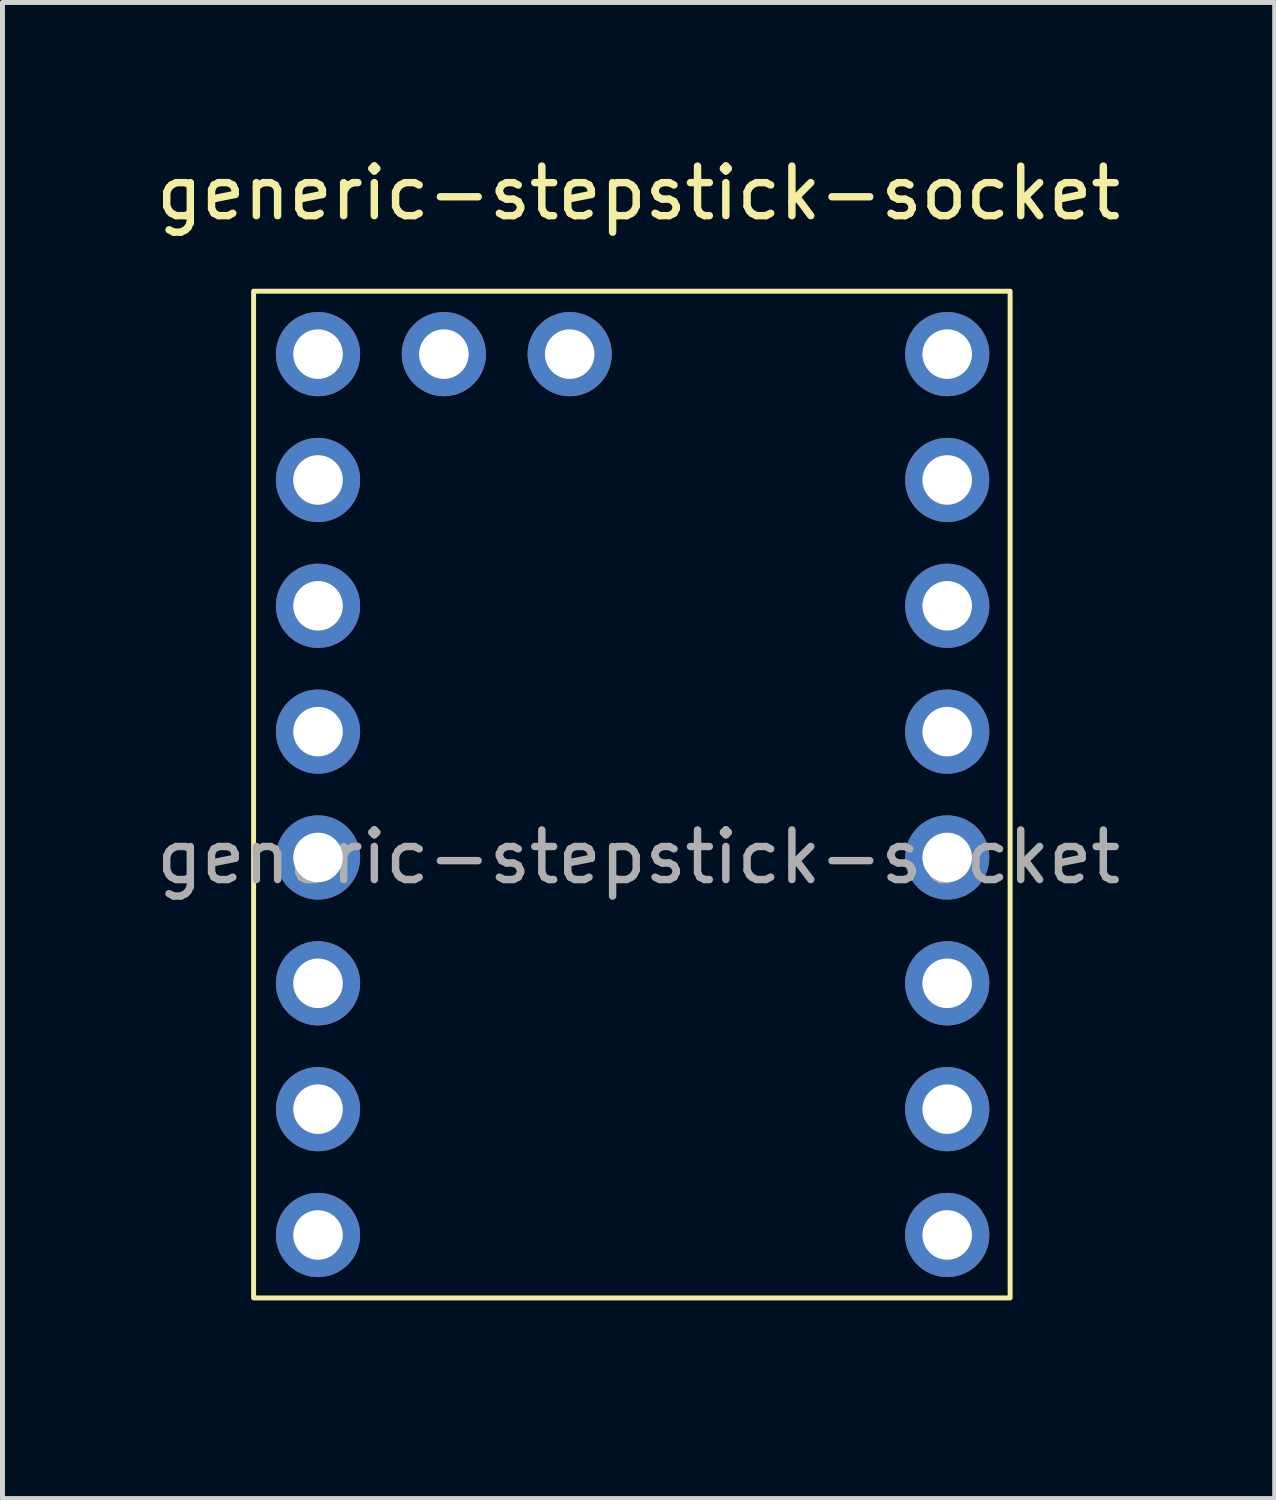
<source format=kicad_pcb>
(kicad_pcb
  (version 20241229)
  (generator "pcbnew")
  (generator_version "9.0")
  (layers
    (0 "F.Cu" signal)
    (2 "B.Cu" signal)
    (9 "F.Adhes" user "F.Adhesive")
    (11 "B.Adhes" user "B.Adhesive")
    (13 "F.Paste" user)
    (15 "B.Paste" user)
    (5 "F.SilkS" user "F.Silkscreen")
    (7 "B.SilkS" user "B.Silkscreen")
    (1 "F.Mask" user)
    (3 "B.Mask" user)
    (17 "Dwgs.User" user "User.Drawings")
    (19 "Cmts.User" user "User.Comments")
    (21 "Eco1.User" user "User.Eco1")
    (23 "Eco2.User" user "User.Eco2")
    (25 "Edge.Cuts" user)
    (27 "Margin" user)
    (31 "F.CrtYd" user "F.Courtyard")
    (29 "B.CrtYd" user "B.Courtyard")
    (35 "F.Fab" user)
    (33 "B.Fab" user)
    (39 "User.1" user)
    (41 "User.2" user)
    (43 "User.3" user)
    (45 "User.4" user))
  (footprint "generic-stepstick-socket"
    (layer "F.Cu")
    (at 9.839 1.348)
    (property "Reference" "generic-stepstick-socket" (at 0 -0.5 0) (unlocked yes) (layer "F.SilkS") (effects (font (size 1 1) (thickness 0.15))))
    (attr through_hole)
    (fp_rect (start -7.77 1.48) (end 7.5 21.8) (stroke (width 0.1) (type default)) (fill no) (layer "F.SilkS"))
    (fp_rect (start -8.77 0.48) (end 8.5 22.8) (stroke (width 0.1) (type default)) (fill no) (layer "Margin"))
    (fp_text user "${REFERENCE}" (at 0 12.9 0) (unlocked yes) (layer "F.Fab") (effects (font (size 1 1) (thickness 0.15))))
    (pad "1" thru_hole circle (at -6.47 2.75) (size 1.7 1.7) (drill 1) (layers "*.Cu" "*.Mask"))
    (pad "2" thru_hole oval (at -6.47 5.29) (size 1.7 1.7) (drill 1) (layers "*.Cu" "*.Mask"))
    (pad "3" thru_hole oval (at -6.47 7.83) (size 1.7 1.7) (drill 1) (layers "*.Cu" "*.Mask"))
    (pad "4" thru_hole oval (at -6.47 10.37) (size 1.7 1.7) (drill 1) (layers "*.Cu" "*.Mask"))
    (pad "5" thru_hole oval (at -6.47 12.91) (size 1.7 1.7) (drill 1) (layers "*.Cu" "*.Mask"))
    (pad "6" thru_hole oval (at -6.47 15.45) (size 1.7 1.7) (drill 1) (layers "*.Cu" "*.Mask"))
    (pad "7" thru_hole oval (at -6.47 17.99) (size 1.7 1.7) (drill 1) (layers "*.Cu" "*.Mask"))
    (pad "8" thru_hole oval (at -6.47 20.53) (size 1.7 1.7) (drill 1) (layers "*.Cu" "*.Mask"))
    (pad "9" thru_hole circle (at 6.23 2.75) (size 1.7 1.7) (drill 1) (layers "*.Cu" "*.Mask"))
    (pad "10" thru_hole oval (at 6.23 5.29) (size 1.7 1.7) (drill 1) (layers "*.Cu" "*.Mask"))
    (pad "11" thru_hole oval (at 6.23 7.83) (size 1.7 1.7) (drill 1) (layers "*.Cu" "*.Mask"))
    (pad "12" thru_hole oval (at 6.23 10.37) (size 1.7 1.7) (drill 1) (layers "*.Cu" "*.Mask"))
    (pad "13" thru_hole oval (at 6.23 12.91) (size 1.7 1.7) (drill 1) (layers "*.Cu" "*.Mask"))
    (pad "14" thru_hole oval (at 6.23 15.45) (size 1.7 1.7) (drill 1) (layers "*.Cu" "*.Mask"))
    (pad "15" thru_hole oval (at 6.23 17.99) (size 1.7 1.7) (drill 1) (layers "*.Cu" "*.Mask"))
    (pad "16" thru_hole oval (at 6.23 20.53) (size 1.7 1.7) (drill 1) (layers "*.Cu" "*.Mask"))
    (pad "17" thru_hole circle (at -3.93 2.75 90) (size 1.7 1.7) (drill 1) (layers "*.Cu" "*.Mask"))
    (pad "18" thru_hole oval (at -1.39 2.75 90) (size 1.7 1.7) (drill 1) (layers "*.Cu" "*.Mask")))
  (gr_rect
    (start -3 -3)
    (end 22.679 27.198)
    (stroke (width 0.1) (type default))
    (fill no)
    (layer "Edge.Cuts")))
</source>
